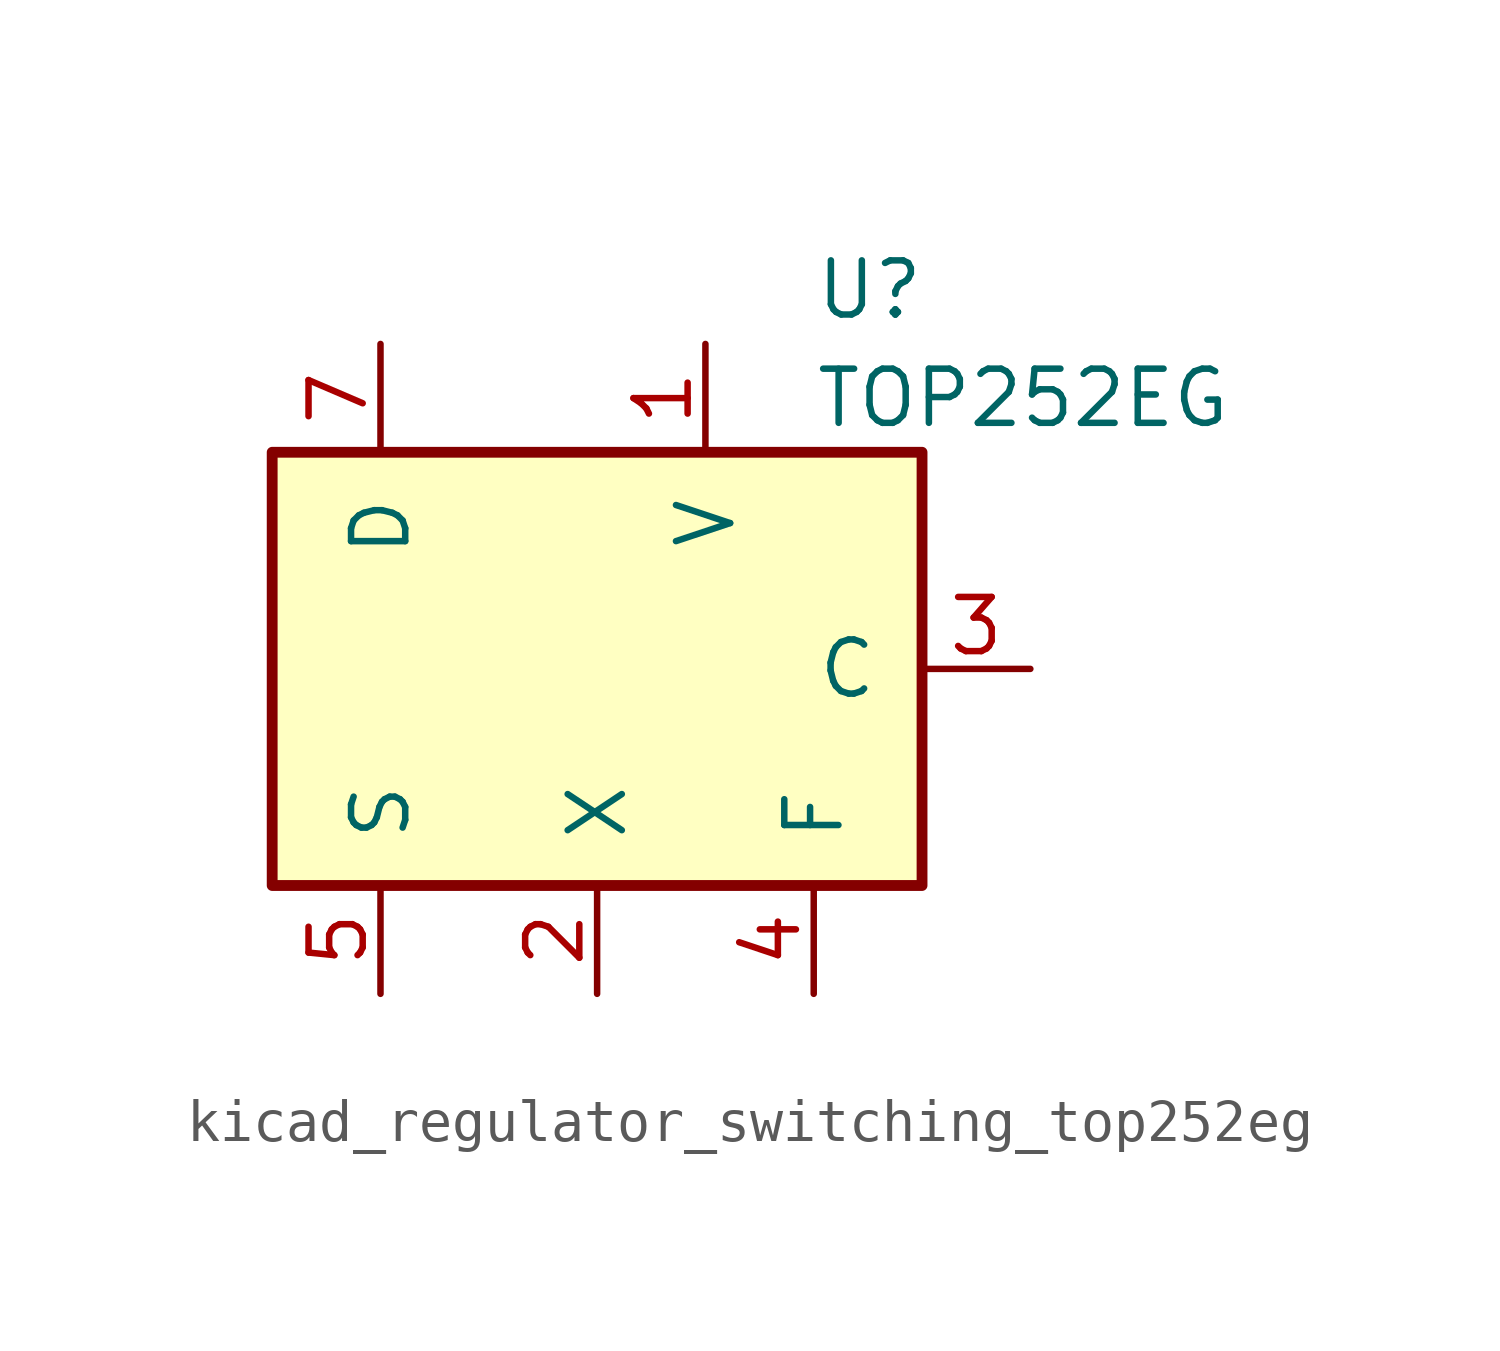
<source format=kicad_sym>
(kicad_symbol_lib
  (version 20220914)
  (generator kicad_symbol_editor)
  (symbol "kicad_regulator_switching_top252eg"
    (pin_names
      (offset 1.016))
    (property "Reference" "U"
      (at 5.08 8.89 0)
      (effects (font (size 1.27 1.27)) (justify left)))
    (property "Value" "TOP252EG"
      (at 5.08 6.35 0)
      (effects (font (size 1.27 1.27)) (justify left)))
    (symbol "kicad_regulator_switching_top252eg_0_1"
      (rectangle (start -7.62 5.08) (end 7.62 -5.08) (stroke (width 0.254) (type default)) (fill (type background))))
    (symbol "kicad_regulator_switching_top252eg_1_1"
      (pin input line (at 2.54 7.62 270) (length 2.54) (name "V" (effects (font (size 1.27 1.27)))) (number "1" (effects (font (size 1.27 1.27)))))
      (pin input line (at 0 -7.62 90) (length 2.54) (name "X" (effects (font (size 1.27 1.27)))) (number "2" (effects (font (size 1.27 1.27)))))
      (pin input line (at 10.16 0 180) (length 2.54) (name "C" (effects (font (size 1.27 1.27)))) (number "3" (effects (font (size 1.27 1.27)))))
      (pin passive line (at 5.08 -7.62 90) (length 2.54) (name "F" (effects (font (size 1.27 1.27)))) (number "4" (effects (font (size 1.27 1.27)))))
      (pin power_in line (at -5.08 -7.62 90) (length 2.54) (name "S" (effects (font (size 1.27 1.27)))) (number "5" (effects (font (size 1.27 1.27)))))
      (pin open_collector line (at -5.08 7.62 270) (length 2.54) (name "D" (effects (font (size 1.27 1.27)))) (number "7" (effects (font (size 1.27 1.27))))))))
</source>
